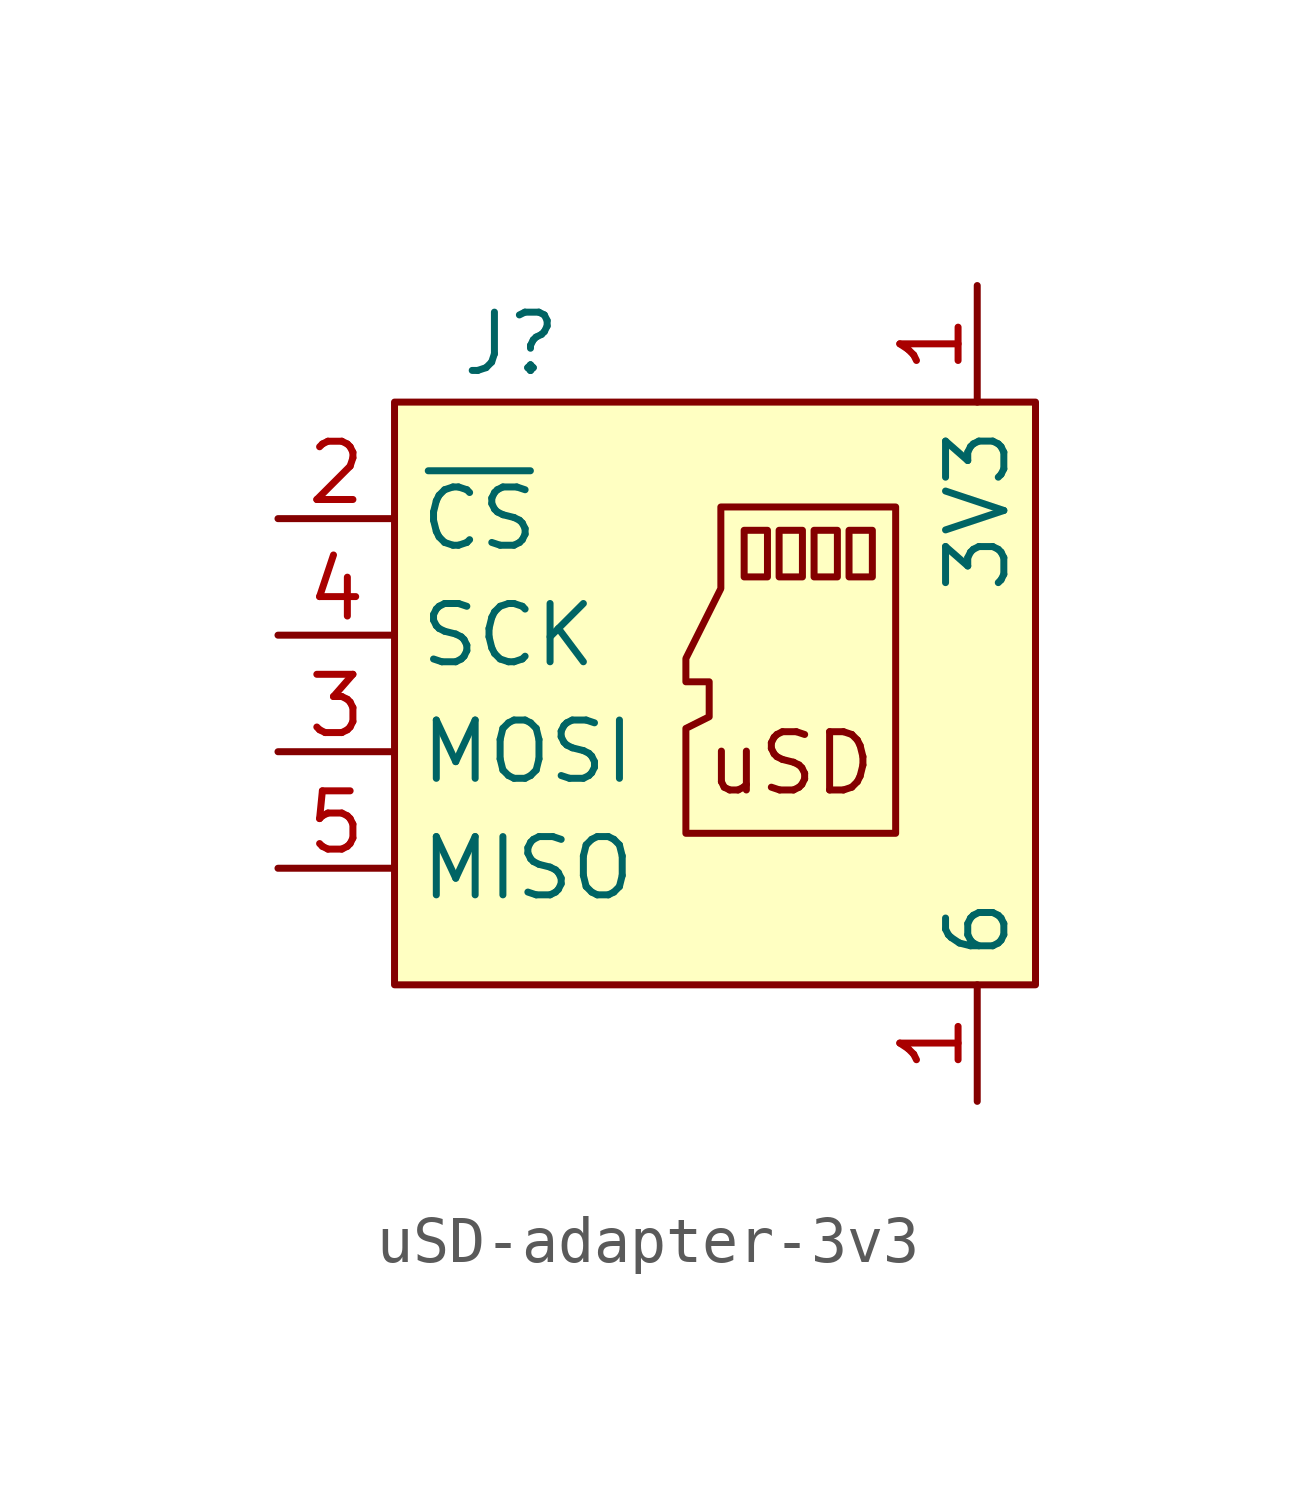
<source format=kicad_sym>
(kicad_symbol_lib
  (version 20220914)
  (generator kicad_symbol_editor)
  (symbol "uSD-adapter-3v3"
    (property "Reference" "J"
      (at -5.08 7.62 0)
      (effects (font (size 1.27 1.27))))
    (property "Value" ""
      (at -3.81 3.81 0)
      (effects (font (size 1.27 1.27))))
    (symbol "uSD-adapter-3v3_0_1"
      (polyline (pts (xy 0 3.556) (xy 0 2.54) (xy 0.508 2.54) (xy 0.508 3.556) (xy 0 3.556)) (stroke (width 0) (type default)) (fill (type none)))
      (polyline (pts (xy 0.762 3.556) (xy 0.762 2.54) (xy 1.27 2.54) (xy 1.27 3.556) (xy 0.762 3.556)) (stroke (width 0) (type default)) (fill (type none)))
      (polyline (pts (xy 1.524 3.556) (xy 1.524 2.54) (xy 2.032 2.54) (xy 2.032 3.556) (xy 1.524 3.556)) (stroke (width 0) (type default)) (fill (type none)))
      (polyline (pts (xy 2.286 3.556) (xy 2.286 2.54) (xy 2.794 2.54) (xy 2.794 3.556) (xy 2.286 3.556)) (stroke (width 0) (type default)) (fill (type none)))
      (polyline (pts (xy 0.508 4.064) (xy 3.302 4.064) (xy 3.302 -3.048) (xy -1.27 -3.048) (xy -1.27 -0.762) (xy -0.762 -0.508) (xy -0.762 0.254) (xy -1.27 0.254) (xy -1.27 0.762) (xy -0.508 2.286) (xy -0.508 4.064) (xy 0.508 4.064)) (stroke (width 0) (type default)) (fill (type none))))
    (symbol "uSD-adapter-3v3_1_1"
      (rectangle (start -7.62 6.35) (end 6.35 -6.35) (stroke (width 0) (type default)) (fill (type background)))
      (text "uSD" (at 1.016 -1.524 0) (effects (font (size 1.27 1.27))))
      (pin power_in line (at 5.08 8.89 270) (length 2.54) (name "3V3" (effects (font (size 1.27 1.27)))) (number "1" (effects (font (size 1.27 1.27)))))
      (pin power_in line (at 5.08 -8.89 90) (length 2.54) (name "6" (effects (font (size 1.27 1.27)))) (number "1" (effects (font (size 1.27 1.27)))))
      (pin input line (at -10.16 3.81 0) (length 2.54) (name "~{CS}" (effects (font (size 1.27 1.27)))) (number "2" (effects (font (size 1.27 1.27)))))
      (pin input line (at -10.16 -1.27 0) (length 2.54) (name "MOSI" (effects (font (size 1.27 1.27)))) (number "3" (effects (font (size 1.27 1.27)))))
      (pin input line (at -10.16 1.27 0) (length 2.54) (name "SCK" (effects (font (size 1.27 1.27)))) (number "4" (effects (font (size 1.27 1.27)))))
      (pin output line (at -10.16 -3.81 0) (length 2.54) (name "MISO" (effects (font (size 1.27 1.27)))) (number "5" (effects (font (size 1.27 1.27))))))))
</source>
